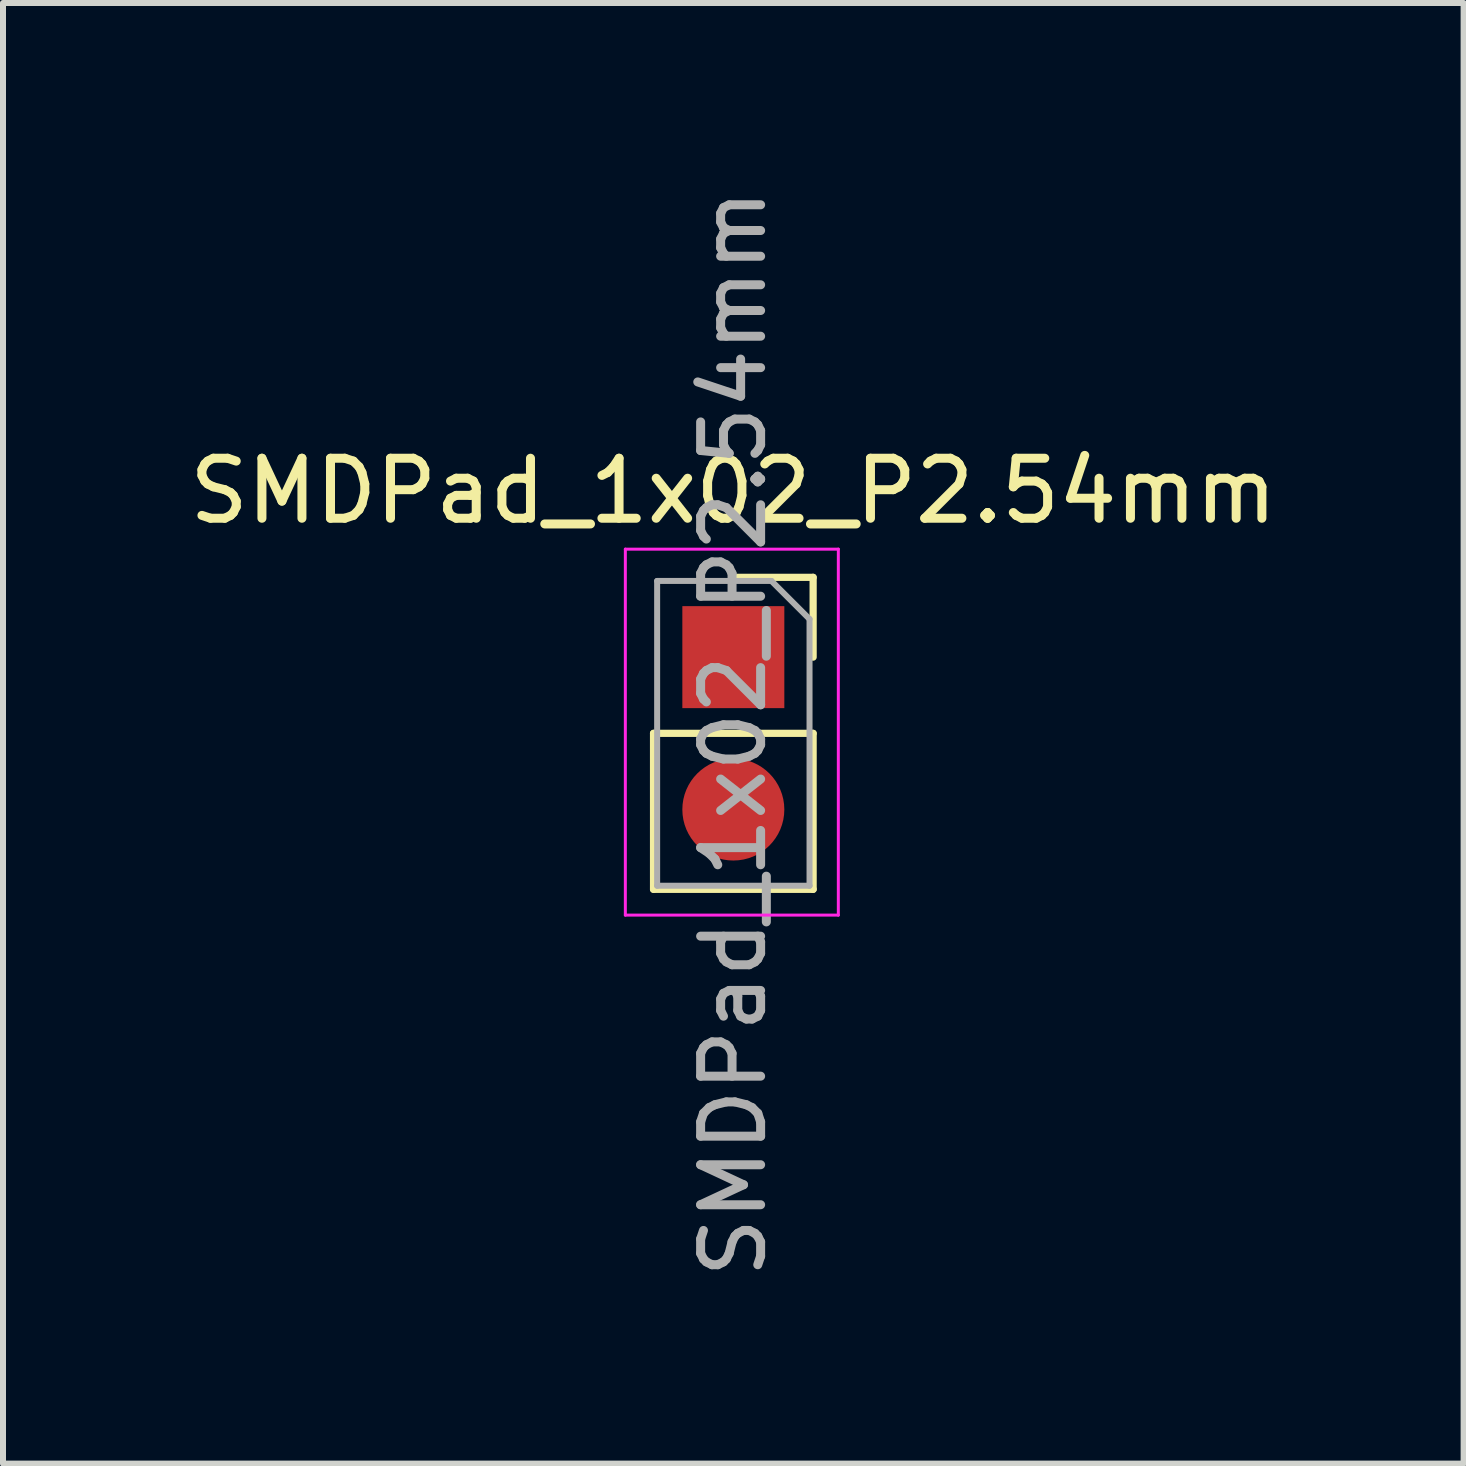
<source format=kicad_pcb>
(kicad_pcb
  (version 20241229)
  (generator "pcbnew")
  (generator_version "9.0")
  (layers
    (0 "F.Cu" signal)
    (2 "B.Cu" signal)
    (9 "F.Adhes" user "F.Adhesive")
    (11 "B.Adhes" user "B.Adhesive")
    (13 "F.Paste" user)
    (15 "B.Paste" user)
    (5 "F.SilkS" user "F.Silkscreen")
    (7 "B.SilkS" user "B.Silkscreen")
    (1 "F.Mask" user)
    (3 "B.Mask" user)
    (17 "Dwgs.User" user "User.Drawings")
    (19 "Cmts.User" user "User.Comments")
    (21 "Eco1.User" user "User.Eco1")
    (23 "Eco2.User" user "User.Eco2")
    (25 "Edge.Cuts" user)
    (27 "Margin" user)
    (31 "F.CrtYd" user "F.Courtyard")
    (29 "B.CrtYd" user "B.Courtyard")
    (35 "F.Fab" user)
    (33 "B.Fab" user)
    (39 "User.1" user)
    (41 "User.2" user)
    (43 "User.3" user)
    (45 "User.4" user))
  (footprint "SMDPad_1x02_P2.54mm"
    (layer "F.Cu")
    (at 9.173 7.903)
    (property "Reference" "SMDPad_1x02_P2.54mm" (at 0 -2.77 0) (layer "F.SilkS") (effects (font (size 1 1) (thickness 0.15))))
    (attr through_hole)
    (fp_line (start -1.33 1.27) (end -1.33 3.87) (stroke (width 0.12) (type solid)) (layer "F.SilkS"))
    (fp_line (start -1.33 1.27) (end 1.33 1.27) (stroke (width 0.12) (type solid)) (layer "F.SilkS"))
    (fp_line (start -1.33 3.87) (end 1.33 3.87) (stroke (width 0.12) (type solid)) (layer "F.SilkS"))
    (fp_line (start 0 -1.33) (end 1.33 -1.33) (stroke (width 0.12) (type solid)) (layer "F.SilkS"))
    (fp_line (start 1.33 -1.33) (end 1.33 0) (stroke (width 0.12) (type solid)) (layer "F.SilkS"))
    (fp_line (start 1.33 1.27) (end 1.33 3.87) (stroke (width 0.12) (type solid)) (layer "F.SilkS"))
    (fp_line (start -1.8 -1.8) (end 1.75 -1.8) (stroke (width 0.05) (type solid)) (layer "F.CrtYd"))
    (fp_line (start -1.8 4.3) (end -1.8 -1.8) (stroke (width 0.05) (type solid)) (layer "F.CrtYd"))
    (fp_line (start 1.75 -1.8) (end 1.75 4.3) (stroke (width 0.05) (type solid)) (layer "F.CrtYd"))
    (fp_line (start 1.75 4.3) (end -1.8 4.3) (stroke (width 0.05) (type solid)) (layer "F.CrtYd"))
    (fp_line (start -1.27 -1.27) (end 0.635 -1.27) (stroke (width 0.1) (type solid)) (layer "F.Fab"))
    (fp_line (start -1.27 3.81) (end -1.27 -1.27) (stroke (width 0.1) (type solid)) (layer "F.Fab"))
    (fp_line (start 0.635 -1.27) (end 1.27 -0.635) (stroke (width 0.1) (type solid)) (layer "F.Fab"))
    (fp_line (start 1.27 -0.635) (end 1.27 3.81) (stroke (width 0.1) (type solid)) (layer "F.Fab"))
    (fp_line (start 1.27 3.81) (end -1.27 3.81) (stroke (width 0.1) (type solid)) (layer "F.Fab"))
    (fp_text user "${REFERENCE}" (at 0 1.27 90) (layer "F.Fab") (effects (font (size 1 1) (thickness 0.15))))
    (pad "1" smd rect (at 0 0) (size 1.7 1.7) (layers "F.Cu" "F.Mask" "F.Paste"))
    (pad "2" smd oval (at 0 2.54) (size 1.7 1.7) (layers "F.Cu" "F.Mask" "F.Paste")))
  (gr_rect
    (start -3 -3)
    (end 21.345 21.345)
    (stroke (width 0.1) (type default))
    (fill no)
    (layer "Edge.Cuts")))
</source>
